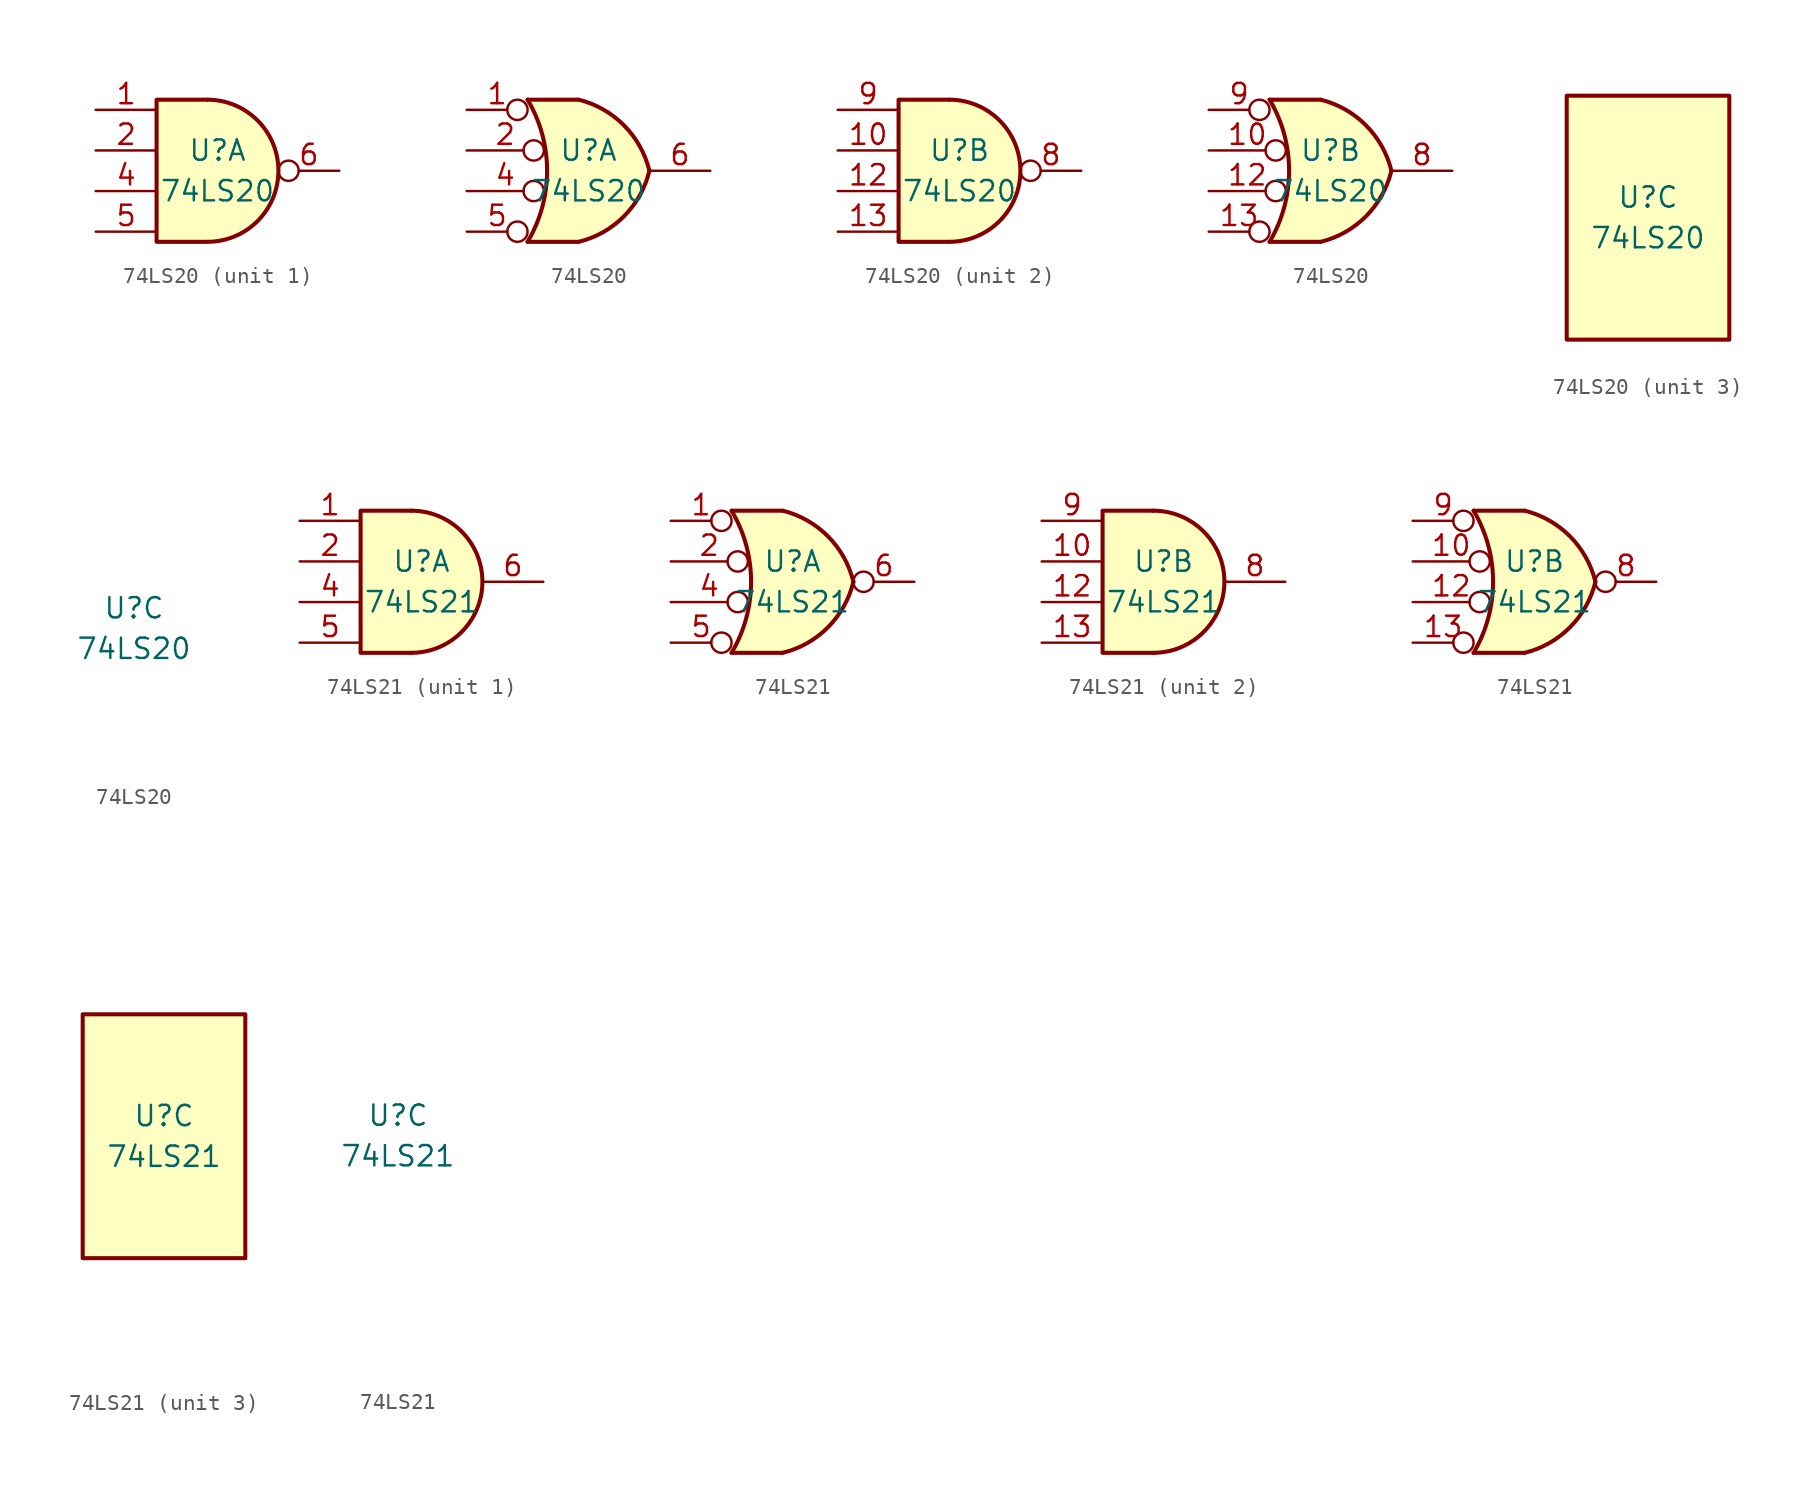
<source format=kicad_sym>
(kicad_symbol_lib
  (version 20211014)
  (generator kicad_symbol_editor)
  (symbol "74LS20"
    (pin_names
      (offset 1.016))
    (property "Reference" "U"
      (at 0 1.27 0)
      (effects (font (size 1.27 1.27))))
    (property "Value" "74LS20"
      (at 0 -1.27 0)
      (effects (font (size 1.27 1.27))))
    (property "ki_locked" ""
      (at 0 0 0)
      (effects (font (size 1.27 1.27))))
    (symbol "74LS20_1_1"
      (arc (start -0.635 -4.445) (mid 3.81 0) (end -0.635 4.445) (stroke (width 0.254) (type default) (color 0 0 0 0)) (fill (type background)))
      (polyline (pts (xy -0.635 4.445) (xy -3.81 4.445) (xy -3.81 -4.445) (xy -0.635 -4.445)) (stroke (width 0.254) (type default) (color 0 0 0 0)) (fill (type background)))
      (pin input line (at -7.62 3.81 0) (length 3.81) (name "~" (effects (font (size 1.27 1.27)))) (number "1" (effects (font (size 1.27 1.27)))))
      (pin input line (at -7.62 1.27 0) (length 3.81) (name "~" (effects (font (size 1.27 1.27)))) (number "2" (effects (font (size 1.27 1.27)))))
      (pin input line (at -7.62 -1.27 0) (length 3.81) (name "~" (effects (font (size 1.27 1.27)))) (number "4" (effects (font (size 1.27 1.27)))))
      (pin input line (at -7.62 -3.81 0) (length 3.81) (name "~" (effects (font (size 1.27 1.27)))) (number "5" (effects (font (size 1.27 1.27)))))
      (pin output inverted (at 7.62 0 180) (length 3.81) (name "~" (effects (font (size 1.27 1.27)))) (number "6" (effects (font (size 1.27 1.27))))))
    (symbol "74LS20_1_2"
      (arc (start -3.81 -4.445) (mid -2.5908 0) (end -3.81 4.445) (stroke (width 0.254) (type default) (color 0 0 0 0)) (fill (type none)))
      (arc (start -0.6096 -4.445) (mid 2.2246 -2.8422) (end 3.81 0) (stroke (width 0.254) (type default) (color 0 0 0 0)) (fill (type background)))
      (polyline (pts (xy -3.81 -4.445) (xy -0.635 -4.445)) (stroke (width 0.254) (type default) (color 0 0 0 0)) (fill (type background)))
      (polyline (pts (xy -3.81 4.445) (xy -0.635 4.445)) (stroke (width 0.254) (type default) (color 0 0 0 0)) (fill (type background)))
      (polyline (pts (xy -0.635 4.445) (xy -3.81 4.445) (xy -3.81 4.445) (xy -3.632 4.089) (xy -3.099 2.921) (xy -2.769 1.676) (xy -2.616 0.432) (xy -2.642 -0.864) (xy -2.87 -2.108) (xy -3.251 -3.327) (xy -3.81 -4.445) (xy -3.81 -4.445) (xy -0.635 -4.445)) (stroke (width -25.4) (type default) (color 0 0 0 0)) (fill (type background)))
      (arc (start 3.81 0) (mid 2.2204 2.8379) (end -0.6096 4.445) (stroke (width 0.254) (type default) (color 0 0 0 0)) (fill (type background)))
      (pin input inverted (at -7.62 3.81 0) (length 3.81) (name "~" (effects (font (size 1.27 1.27)))) (number "1" (effects (font (size 1.27 1.27)))))
      (pin input inverted (at -7.62 1.27 0) (length 4.826) (name "~" (effects (font (size 1.27 1.27)))) (number "2" (effects (font (size 1.27 1.27)))))
      (pin input inverted (at -7.62 -1.27 0) (length 4.826) (name "~" (effects (font (size 1.27 1.27)))) (number "4" (effects (font (size 1.27 1.27)))))
      (pin input inverted (at -7.62 -3.81 0) (length 3.81) (name "~" (effects (font (size 1.27 1.27)))) (number "5" (effects (font (size 1.27 1.27)))))
      (pin output line (at 7.62 0 180) (length 3.81) (name "~" (effects (font (size 1.27 1.27)))) (number "6" (effects (font (size 1.27 1.27))))))
    (symbol "74LS20_2_1"
      (arc (start -0.635 -4.445) (mid 3.81 0) (end -0.635 4.445) (stroke (width 0.254) (type default) (color 0 0 0 0)) (fill (type background)))
      (polyline (pts (xy -0.635 4.445) (xy -3.81 4.445) (xy -3.81 -4.445) (xy -0.635 -4.445)) (stroke (width 0.254) (type default) (color 0 0 0 0)) (fill (type background)))
      (pin input line (at -7.62 1.27 0) (length 3.81) (name "~" (effects (font (size 1.27 1.27)))) (number "10" (effects (font (size 1.27 1.27)))))
      (pin input line (at -7.62 -1.27 0) (length 3.81) (name "~" (effects (font (size 1.27 1.27)))) (number "12" (effects (font (size 1.27 1.27)))))
      (pin input line (at -7.62 -3.81 0) (length 3.81) (name "~" (effects (font (size 1.27 1.27)))) (number "13" (effects (font (size 1.27 1.27)))))
      (pin output inverted (at 7.62 0 180) (length 3.81) (name "~" (effects (font (size 1.27 1.27)))) (number "8" (effects (font (size 1.27 1.27)))))
      (pin input line (at -7.62 3.81 0) (length 3.81) (name "~" (effects (font (size 1.27 1.27)))) (number "9" (effects (font (size 1.27 1.27))))))
    (symbol "74LS20_2_2"
      (arc (start -3.81 -4.445) (mid -2.5908 0) (end -3.81 4.445) (stroke (width 0.254) (type default) (color 0 0 0 0)) (fill (type none)))
      (arc (start -0.6096 -4.445) (mid 2.2246 -2.8422) (end 3.81 0) (stroke (width 0.254) (type default) (color 0 0 0 0)) (fill (type background)))
      (polyline (pts (xy -3.81 -4.445) (xy -0.635 -4.445)) (stroke (width 0.254) (type default) (color 0 0 0 0)) (fill (type background)))
      (polyline (pts (xy -3.81 4.445) (xy -0.635 4.445)) (stroke (width 0.254) (type default) (color 0 0 0 0)) (fill (type background)))
      (polyline (pts (xy -0.635 4.445) (xy -3.81 4.445) (xy -3.81 4.445) (xy -3.632 4.089) (xy -3.099 2.921) (xy -2.769 1.676) (xy -2.616 0.432) (xy -2.642 -0.864) (xy -2.87 -2.108) (xy -3.251 -3.327) (xy -3.81 -4.445) (xy -3.81 -4.445) (xy -0.635 -4.445)) (stroke (width -25.4) (type default) (color 0 0 0 0)) (fill (type background)))
      (arc (start 3.81 0) (mid 2.2204 2.8379) (end -0.6096 4.445) (stroke (width 0.254) (type default) (color 0 0 0 0)) (fill (type background)))
      (pin input inverted (at -7.62 1.27 0) (length 4.826) (name "~" (effects (font (size 1.27 1.27)))) (number "10" (effects (font (size 1.27 1.27)))))
      (pin input inverted (at -7.62 -1.27 0) (length 4.826) (name "~" (effects (font (size 1.27 1.27)))) (number "12" (effects (font (size 1.27 1.27)))))
      (pin input inverted (at -7.62 -3.81 0) (length 3.81) (name "~" (effects (font (size 1.27 1.27)))) (number "13" (effects (font (size 1.27 1.27)))))
      (pin output line (at 7.62 0 180) (length 3.81) (name "~" (effects (font (size 1.27 1.27)))) (number "8" (effects (font (size 1.27 1.27)))))
      (pin input inverted (at -7.62 3.81 0) (length 3.81) (name "~" (effects (font (size 1.27 1.27)))) (number "9" (effects (font (size 1.27 1.27))))))
    (symbol "74LS20_3_0"
      (pin power_in line (at 0 7.62 270) (length 5.08) hide (name "VCC" (effects (font (size 1.27 1.27)))) (number "14" (effects (font (size 1.27 1.27)))))
      (pin power_in line (at 0 -7.62 90) (length 5.08) hide (name "VSS" (effects (font (size 1.27 1.27)))) (number "7" (effects (font (size 1.27 1.27))))))
    (symbol "74LS20_3_1"
      (rectangle (start -5.08 7.62) (end 5.08 -7.62) (stroke (width 0.254) (type default) (color 0 0 0 0)) (fill (type background)))))
  (symbol "74LS21"
    (pin_names
      (offset 1.016))
    (property "Reference" "U"
      (at 0 1.27 0)
      (effects (font (size 1.27 1.27))))
    (property "Value" "74LS21"
      (at 0 -1.27 0)
      (effects (font (size 1.27 1.27))))
    (property "ki_locked" ""
      (at 0 0 0)
      (effects (font (size 1.27 1.27))))
    (symbol "74LS21_1_1"
      (arc (start -0.635 -4.445) (mid 3.81 0) (end -0.635 4.445) (stroke (width 0.254) (type default) (color 0 0 0 0)) (fill (type background)))
      (polyline (pts (xy -0.635 4.445) (xy -3.81 4.445) (xy -3.81 -4.445) (xy -0.635 -4.445)) (stroke (width 0.254) (type default) (color 0 0 0 0)) (fill (type background)))
      (pin input line (at -7.62 3.81 0) (length 3.81) (name "~" (effects (font (size 1.27 1.27)))) (number "1" (effects (font (size 1.27 1.27)))))
      (pin input line (at -7.62 1.27 0) (length 3.81) (name "~" (effects (font (size 1.27 1.27)))) (number "2" (effects (font (size 1.27 1.27)))))
      (pin input line (at -7.62 -1.27 0) (length 3.81) (name "~" (effects (font (size 1.27 1.27)))) (number "4" (effects (font (size 1.27 1.27)))))
      (pin input line (at -7.62 -3.81 0) (length 3.81) (name "~" (effects (font (size 1.27 1.27)))) (number "5" (effects (font (size 1.27 1.27)))))
      (pin output line (at 7.62 0 180) (length 3.81) (name "~" (effects (font (size 1.27 1.27)))) (number "6" (effects (font (size 1.27 1.27))))))
    (symbol "74LS21_1_2"
      (arc (start -3.81 -4.445) (mid -2.5908 0) (end -3.81 4.445) (stroke (width 0.254) (type default) (color 0 0 0 0)) (fill (type none)))
      (arc (start -0.6096 -4.445) (mid 2.2246 -2.8422) (end 3.81 0) (stroke (width 0.254) (type default) (color 0 0 0 0)) (fill (type background)))
      (polyline (pts (xy -3.81 -4.445) (xy -0.635 -4.445)) (stroke (width 0.254) (type default) (color 0 0 0 0)) (fill (type background)))
      (polyline (pts (xy -3.81 4.445) (xy -0.635 4.445)) (stroke (width 0.254) (type default) (color 0 0 0 0)) (fill (type background)))
      (polyline (pts (xy -0.635 4.445) (xy -3.81 4.445) (xy -3.81 4.445) (xy -3.632 4.089) (xy -3.099 2.921) (xy -2.769 1.676) (xy -2.616 0.432) (xy -2.642 -0.864) (xy -2.87 -2.108) (xy -3.251 -3.327) (xy -3.81 -4.445) (xy -3.81 -4.445) (xy -0.635 -4.445)) (stroke (width -25.4) (type default) (color 0 0 0 0)) (fill (type background)))
      (arc (start 3.81 0) (mid 2.2204 2.8379) (end -0.6096 4.445) (stroke (width 0.254) (type default) (color 0 0 0 0)) (fill (type background)))
      (pin input inverted (at -7.62 3.81 0) (length 3.81) (name "~" (effects (font (size 1.27 1.27)))) (number "1" (effects (font (size 1.27 1.27)))))
      (pin input inverted (at -7.62 1.27 0) (length 4.826) (name "~" (effects (font (size 1.27 1.27)))) (number "2" (effects (font (size 1.27 1.27)))))
      (pin input inverted (at -7.62 -1.27 0) (length 4.826) (name "~" (effects (font (size 1.27 1.27)))) (number "4" (effects (font (size 1.27 1.27)))))
      (pin input inverted (at -7.62 -3.81 0) (length 3.81) (name "~" (effects (font (size 1.27 1.27)))) (number "5" (effects (font (size 1.27 1.27)))))
      (pin output inverted (at 7.62 0 180) (length 3.81) (name "~" (effects (font (size 1.27 1.27)))) (number "6" (effects (font (size 1.27 1.27))))))
    (symbol "74LS21_2_1"
      (arc (start -0.635 -4.445) (mid 3.81 0) (end -0.635 4.445) (stroke (width 0.254) (type default) (color 0 0 0 0)) (fill (type background)))
      (polyline (pts (xy -0.635 4.445) (xy -3.81 4.445) (xy -3.81 -4.445) (xy -0.635 -4.445)) (stroke (width 0.254) (type default) (color 0 0 0 0)) (fill (type background)))
      (pin input line (at -7.62 1.27 0) (length 3.81) (name "~" (effects (font (size 1.27 1.27)))) (number "10" (effects (font (size 1.27 1.27)))))
      (pin input line (at -7.62 -1.27 0) (length 3.81) (name "~" (effects (font (size 1.27 1.27)))) (number "12" (effects (font (size 1.27 1.27)))))
      (pin input line (at -7.62 -3.81 0) (length 3.81) (name "~" (effects (font (size 1.27 1.27)))) (number "13" (effects (font (size 1.27 1.27)))))
      (pin output line (at 7.62 0 180) (length 3.81) (name "~" (effects (font (size 1.27 1.27)))) (number "8" (effects (font (size 1.27 1.27)))))
      (pin input line (at -7.62 3.81 0) (length 3.81) (name "~" (effects (font (size 1.27 1.27)))) (number "9" (effects (font (size 1.27 1.27))))))
    (symbol "74LS21_2_2"
      (arc (start -3.81 -4.445) (mid -2.5908 0) (end -3.81 4.445) (stroke (width 0.254) (type default) (color 0 0 0 0)) (fill (type none)))
      (arc (start -0.6096 -4.445) (mid 2.2246 -2.8422) (end 3.81 0) (stroke (width 0.254) (type default) (color 0 0 0 0)) (fill (type background)))
      (polyline (pts (xy -3.81 -4.445) (xy -0.635 -4.445)) (stroke (width 0.254) (type default) (color 0 0 0 0)) (fill (type background)))
      (polyline (pts (xy -3.81 4.445) (xy -0.635 4.445)) (stroke (width 0.254) (type default) (color 0 0 0 0)) (fill (type background)))
      (polyline (pts (xy -0.635 4.445) (xy -3.81 4.445) (xy -3.81 4.445) (xy -3.632 4.089) (xy -3.099 2.921) (xy -2.769 1.676) (xy -2.616 0.432) (xy -2.642 -0.864) (xy -2.87 -2.108) (xy -3.251 -3.327) (xy -3.81 -4.445) (xy -3.81 -4.445) (xy -0.635 -4.445)) (stroke (width -25.4) (type default) (color 0 0 0 0)) (fill (type background)))
      (arc (start 3.81 0) (mid 2.2204 2.8379) (end -0.6096 4.445) (stroke (width 0.254) (type default) (color 0 0 0 0)) (fill (type background)))
      (pin input inverted (at -7.62 1.27 0) (length 4.826) (name "~" (effects (font (size 1.27 1.27)))) (number "10" (effects (font (size 1.27 1.27)))))
      (pin input inverted (at -7.62 -1.27 0) (length 4.826) (name "~" (effects (font (size 1.27 1.27)))) (number "12" (effects (font (size 1.27 1.27)))))
      (pin input inverted (at -7.62 -3.81 0) (length 3.81) (name "~" (effects (font (size 1.27 1.27)))) (number "13" (effects (font (size 1.27 1.27)))))
      (pin output inverted (at 7.62 0 180) (length 3.81) (name "~" (effects (font (size 1.27 1.27)))) (number "8" (effects (font (size 1.27 1.27)))))
      (pin input inverted (at -7.62 3.81 0) (length 3.81) (name "~" (effects (font (size 1.27 1.27)))) (number "9" (effects (font (size 1.27 1.27))))))
    (symbol "74LS21_3_0"
      (pin input line (at 0 12.7 270) (length 5.08) hide (name "VCC" (effects (font (size 1.27 1.27)))) (number "14" (effects (font (size 1.27 1.27)))))
      (pin input line (at 0 -12.7 90) (length 5.08) hide (name "GND" (effects (font (size 1.27 1.27)))) (number "7" (effects (font (size 1.27 1.27))))))
    (symbol "74LS21_3_1"
      (rectangle (start -5.08 7.62) (end 5.08 -7.62) (stroke (width 0.254) (type default) (color 0 0 0 0)) (fill (type background))))))
</source>
